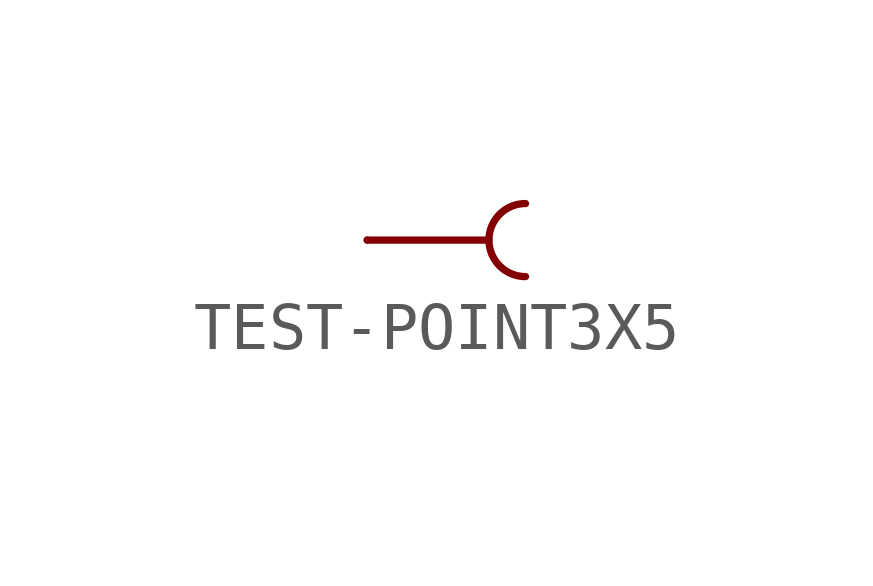
<source format=kicad_sym>
(kicad_symbol_lib
  (version 20241209)
  (generator "kicad_symbol_editor")
  (generator_version "9.0")
  (symbol "TEST-POINT3X5"
    (property "Reference" "TP"
      (at -2.54 2.54 0)
      (effects (font (size 1.778 1.778)) (justify left bottom) (hide yes)))
    (property "ki_locked" ""
      (at 0 0 0)
      (effects (font (size 1.27 1.27))))
    (symbol "TEST-POINT3X5_1_0"
      (polyline (pts (xy 2.54 0) (xy 0 0)) (stroke (width 0.152) (type solid)) (fill (type none)))
      (arc (start 3.302 -0.762) (mid 2.5433 0) (end 3.302 0.762) (stroke (width 0.1524) (type solid)) (fill (type none)))
      (pin bidirectional line (at 0 0 180) (length 0) (name "1" (effects (font (size 0 0)))) (number "1" (effects (font (size 0 0))))))))
</source>
